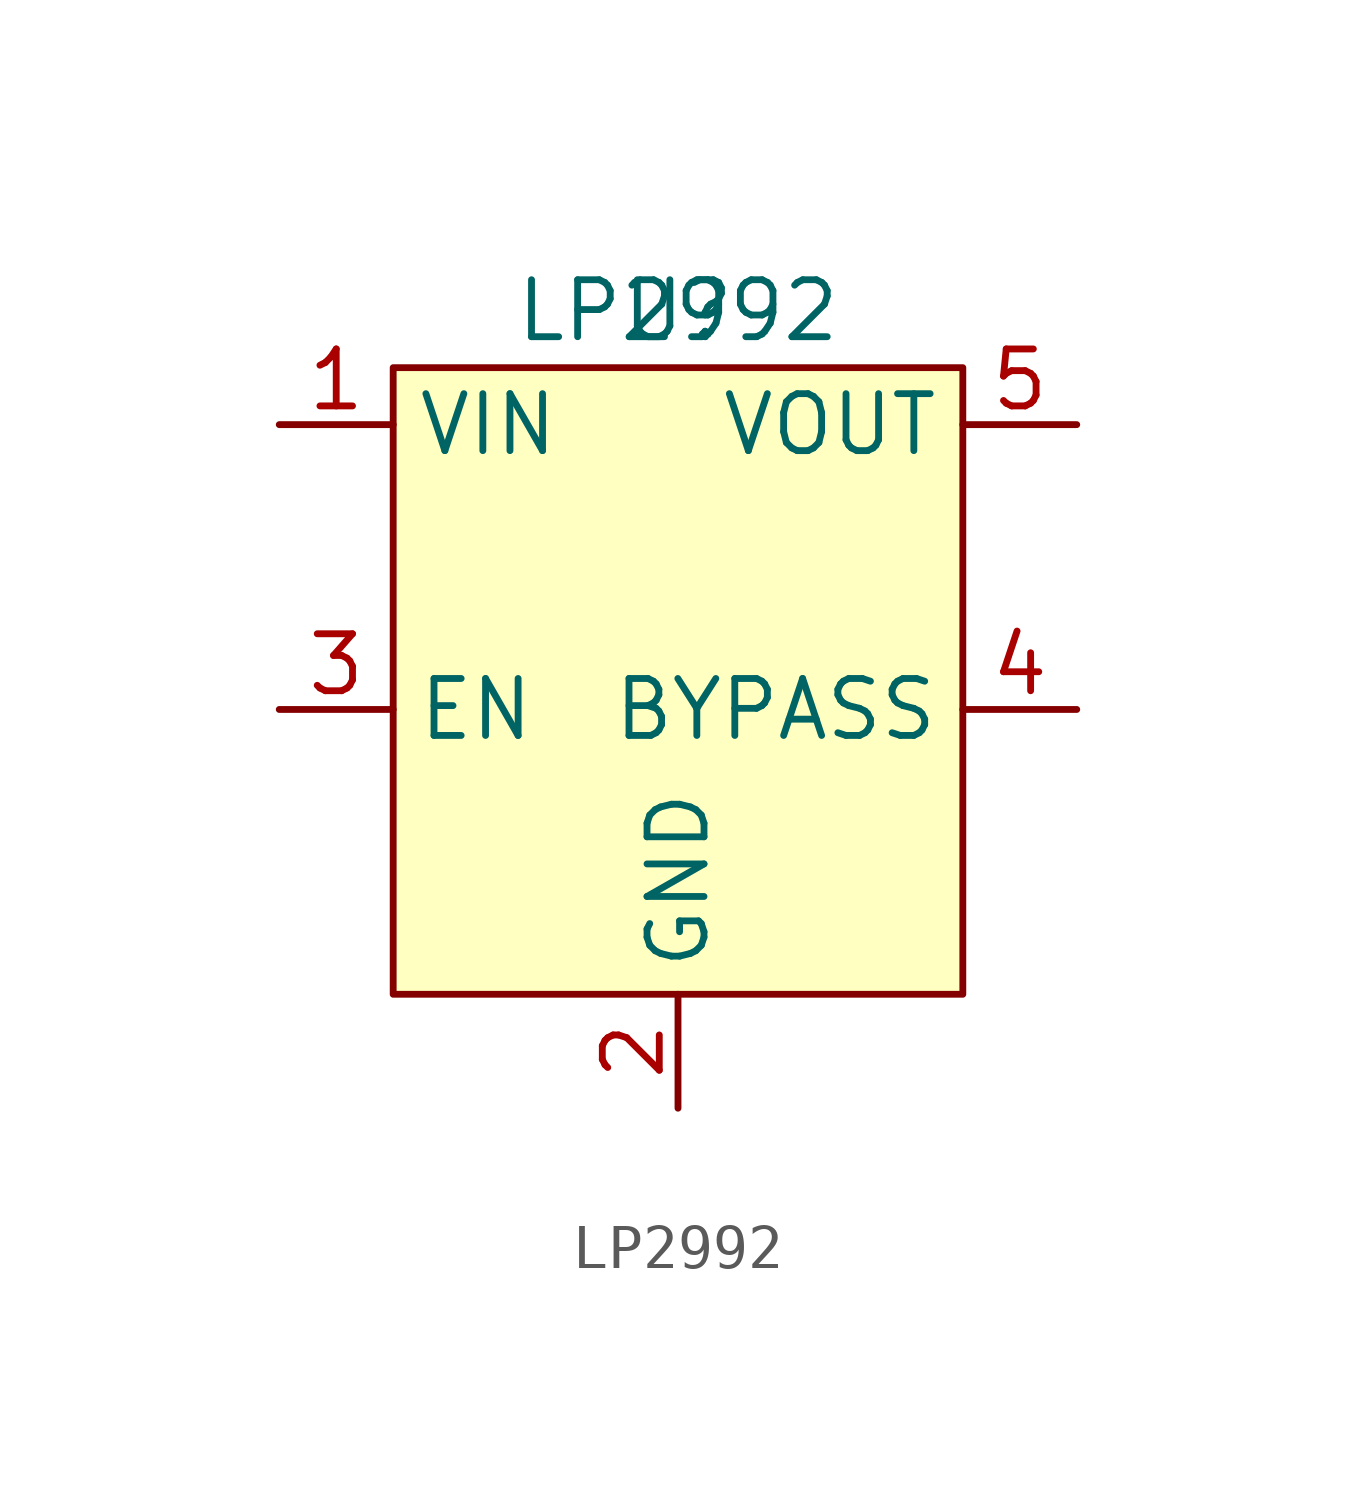
<source format=kicad_sym>
(kicad_symbol_lib
  (version 20231120)
  (generator "kicad_symbol_editor")
  (generator_version "8.0")
  (symbol "LP2992"
    (property "Reference" "U"
      (at 0 0 0)
      (effects (font (size 1.27 1.27))))
    (property "Value" "LP2992"
      (at 0 0 0)
      (effects (font (size 1.27 1.27))))
    (symbol "LP2992_1_1"
      (rectangle (start -6.35 -1.27) (end 6.35 -15.24) (stroke (width 0) (type default)) (fill (type background)))
      (pin power_in line (at -8.89 -2.54 0) (length 2.54) (name "VIN" (effects (font (size 1.27 1.27)))) (number "1" (effects (font (size 1.27 1.27)))))
      (pin passive line (at 0 -17.78 90) (length 2.54) (name "GND" (effects (font (size 1.27 1.27)))) (number "2" (effects (font (size 1.27 1.27)))))
      (pin input line (at -8.89 -8.89 0) (length 2.54) (name "EN" (effects (font (size 1.27 1.27)))) (number "3" (effects (font (size 1.27 1.27)))))
      (pin output line (at 8.89 -8.89 180) (length 2.54) (name "BYPASS" (effects (font (size 1.27 1.27)))) (number "4" (effects (font (size 1.27 1.27)))))
      (pin power_out line (at 8.89 -2.54 180) (length 2.54) (name "VOUT" (effects (font (size 1.27 1.27)))) (number "5" (effects (font (size 1.27 1.27))))))))
</source>
